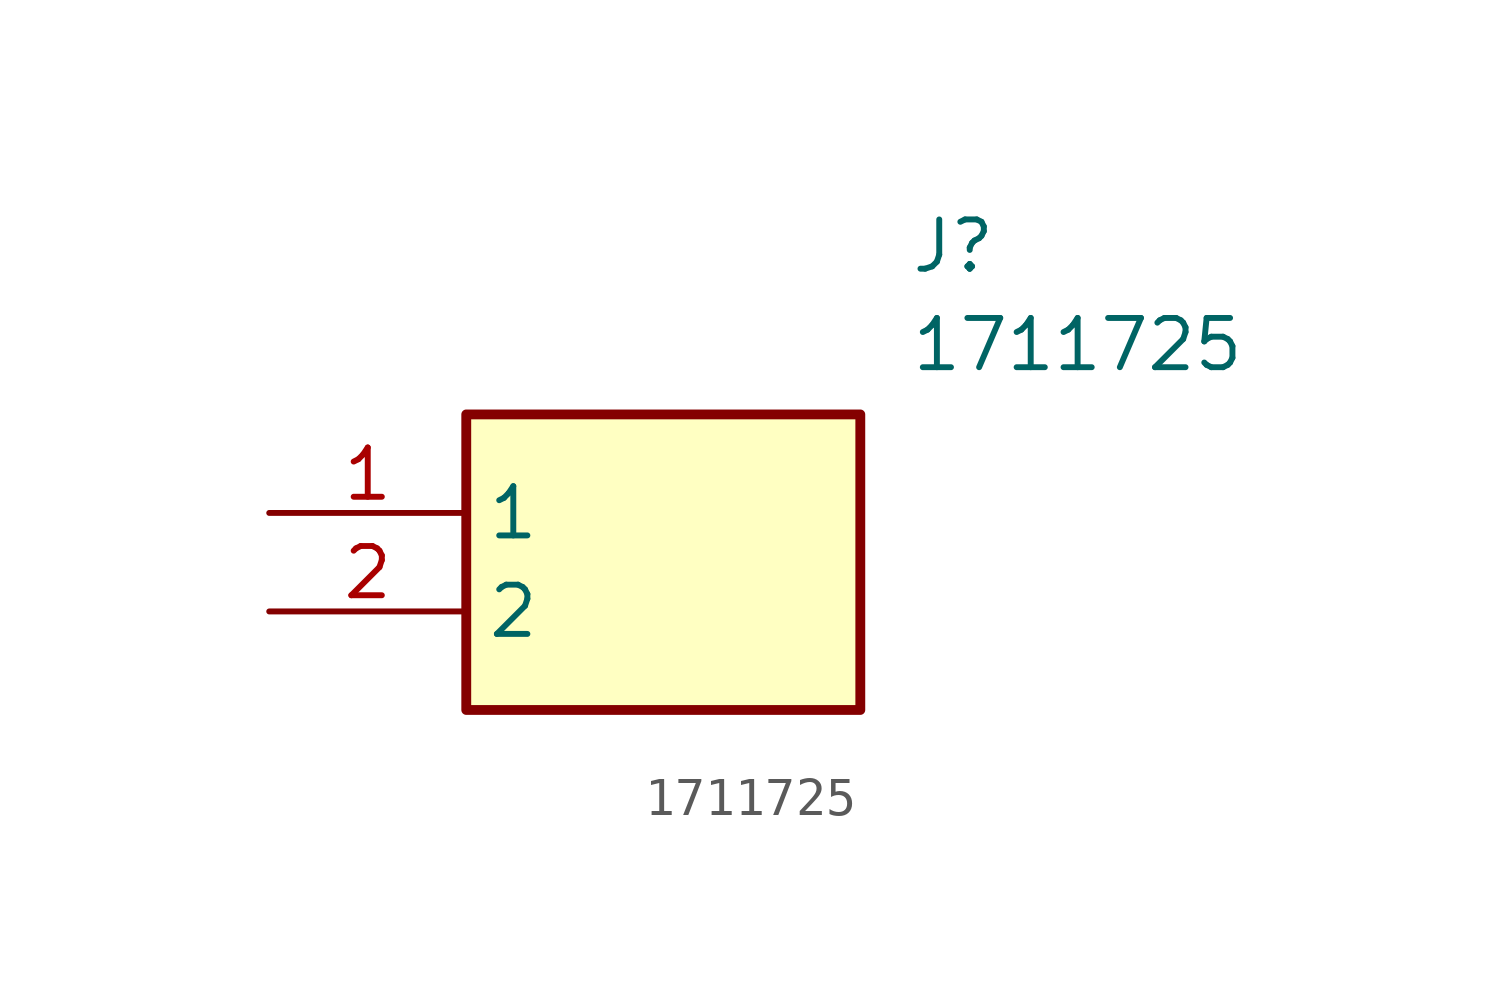
<source format=kicad_sym>
(kicad_symbol_lib
  (version 20211014)
  (generator SamacSys_ECAD_Model)
  (symbol "1711725"
    (property "Reference" "J"
      (at 16.51 7.62 0)
      (effects (font (size 1.27 1.27)) (justify left top)))
    (property "Value" "1711725"
      (at 16.51 5.08 0)
      (effects (font (size 1.27 1.27)) (justify left top)))
    (rectangle
      (start 5.08 2.54)
      (end 15.24 -5.08)
      (stroke (width 0.254) (type default))
      (fill (type background)))
    (pin passive line
      (at 0 0 0)
      (length 5.08)
      (name "1" (effects (font (size 1.27 1.27))))
      (number "1" (effects (font (size 1.27 1.27)))))
    (pin passive line
      (at 0 -2.54 0)
      (length 5.08)
      (name "2" (effects (font (size 1.27 1.27))))
      (number "2" (effects (font (size 1.27 1.27)))))))
</source>
